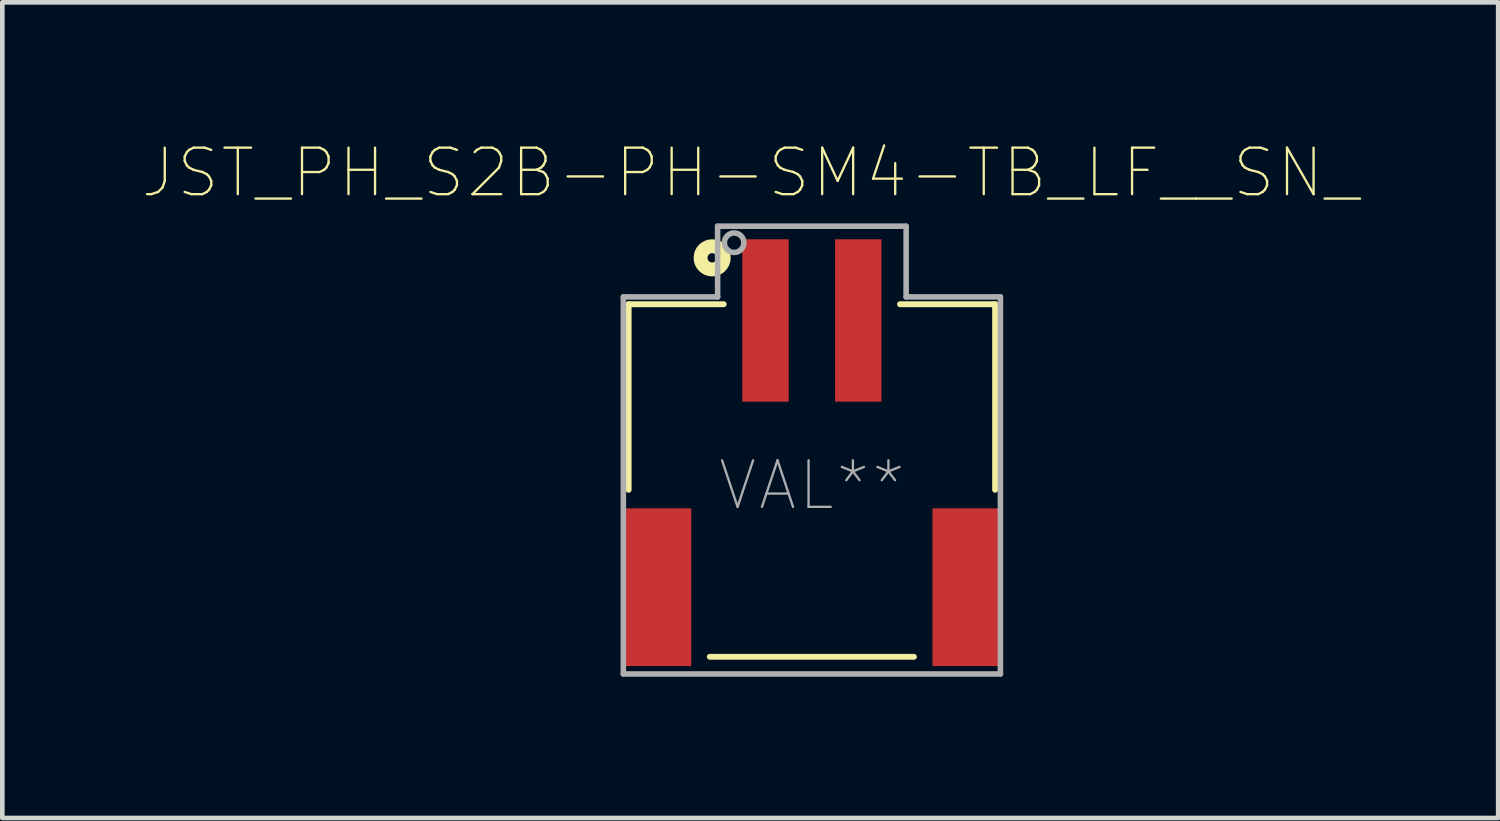
<source format=kicad_pcb>
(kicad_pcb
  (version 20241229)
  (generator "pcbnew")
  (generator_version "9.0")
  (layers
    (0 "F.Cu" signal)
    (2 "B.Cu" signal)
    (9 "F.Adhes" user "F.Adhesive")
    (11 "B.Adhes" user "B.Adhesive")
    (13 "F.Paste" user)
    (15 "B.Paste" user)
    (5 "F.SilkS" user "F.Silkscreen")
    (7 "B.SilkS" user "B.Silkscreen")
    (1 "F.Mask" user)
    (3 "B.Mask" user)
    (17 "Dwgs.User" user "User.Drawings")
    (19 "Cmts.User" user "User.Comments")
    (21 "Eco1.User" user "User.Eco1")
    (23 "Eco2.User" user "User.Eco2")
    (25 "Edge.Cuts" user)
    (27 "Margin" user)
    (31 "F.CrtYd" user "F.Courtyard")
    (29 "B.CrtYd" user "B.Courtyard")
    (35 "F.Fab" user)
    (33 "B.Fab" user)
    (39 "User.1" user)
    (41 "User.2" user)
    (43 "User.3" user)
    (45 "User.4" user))
  (footprint "JST_PH_S2B-PH-SM4-TB_LF__SN_"
    (layer "F.Cu")
    (at 14.451 3.858)
    (property "Reference" "JST_PH_S2B-PH-SM4-TB_LF__SN_" (at -1.329 -3.184 0) (layer "F.SilkS") (effects (font (size 1.002 1.002) (thickness 0.05))))
    (attr smd)
    (fp_line (start -3.95 -0.35) (end -3.95 3.65) (stroke (width 0.127) (type solid)) (layer "F.SilkS"))
    (fp_line (start -2.2 7.25) (end 2.2 7.25) (stroke (width 0.127) (type solid)) (layer "F.SilkS"))
    (fp_line (start -1.9 -0.35) (end -3.95 -0.35) (stroke (width 0.127) (type solid)) (layer "F.SilkS"))
    (fp_line (start 3.95 -0.35) (end 1.9 -0.35) (stroke (width 0.127) (type solid)) (layer "F.SilkS"))
    (fp_line (start 3.95 3.65) (end 3.95 -0.35) (stroke (width 0.127) (type solid)) (layer "F.SilkS"))
    (fp_circle (center -2.15 -1.35) (end -2.05 -1.35) (stroke (width 0.3) (type solid)) (fill no) (layer "F.SilkS"))
    (fp_line (start -4.35 -0.6) (end -1.75 -0.6) (stroke (width 0.05) (type solid)) (layer "Eco1.User"))
    (fp_line (start -4.35 7.7) (end -4.35 -0.6) (stroke (width 0.05) (type solid)) (layer "Eco1.User"))
    (fp_line (start -1.75 -2) (end 1.75 -2) (stroke (width 0.05) (type solid)) (layer "Eco1.User"))
    (fp_line (start -1.75 -0.6) (end -1.75 -2) (stroke (width 0.05) (type solid)) (layer "Eco1.User"))
    (fp_line (start 1.75 -2) (end 1.75 -0.6) (stroke (width 0.05) (type solid)) (layer "Eco1.User"))
    (fp_line (start 1.75 -0.6) (end 4.35 -0.6) (stroke (width 0.05) (type solid)) (layer "Eco1.User"))
    (fp_line (start 4.35 -0.6) (end 4.35 7.7) (stroke (width 0.05) (type solid)) (layer "Eco1.User"))
    (fp_line (start 4.35 7.7) (end -4.35 7.7) (stroke (width 0.05) (type solid)) (layer "Eco1.User"))
    (fp_line (start -3.95 -0.35) (end 3.95 -0.35) (stroke (width 0.127) (type solid)) (layer "Eco2.User"))
    (fp_line (start -3.95 7.25) (end -3.95 -0.35) (stroke (width 0.127) (type solid)) (layer "Eco2.User"))
    (fp_line (start 3.95 -0.35) (end 3.95 7.25) (stroke (width 0.127) (type solid)) (layer "Eco2.User"))
    (fp_line (start 3.95 7.25) (end -3.95 7.25) (stroke (width 0.127) (type solid)) (layer "Eco2.User"))
    (fp_circle (center -2.15 -1.35) (end -2.05 -1.35) (stroke (width 0.3) (type solid)) (fill no) (layer "Eco2.User"))
    (fp_line (start -4.064 -0.508) (end -2.032 -0.508) (stroke (width 0.12) (type solid)) (layer "F.Fab"))
    (fp_line (start -4.064 7.62) (end -4.064 -0.508) (stroke (width 0.12) (type solid)) (layer "F.Fab"))
    (fp_line (start -2.032 -2.032) (end -2.032 -0.508) (stroke (width 0.12) (type solid)) (layer "F.Fab"))
    (fp_line (start -2.032 -2.032) (end 2.032 -2.032) (stroke (width 0.12) (type solid)) (layer "F.Fab"))
    (fp_line (start 2.032 -2.032) (end 2.032 -0.508) (stroke (width 0.12) (type solid)) (layer "F.Fab"))
    (fp_line (start 2.032 -0.508) (end 4.064 -0.508) (stroke (width 0.12) (type solid)) (layer "F.Fab"))
    (fp_line (start 4.064 -0.508) (end 4.064 7.62) (stroke (width 0.12) (type solid)) (layer "F.Fab"))
    (fp_line (start 4.064 7.62) (end -4.064 7.62) (stroke (width 0.12) (type solid)) (layer "F.Fab"))
    (fp_circle (center -1.676 -1.676) (end -1.727 -1.88) (stroke (width 0.12) (type solid)) (fill no) (layer "F.Fab"))
    (fp_text user "VAL**" (at 0 3.556 0) (layer "F.Fab") (effects (font (size 1.004 1.004) (thickness 0.05))))
    (pad "1" smd rect (at -1 0 180) (size 1 3.5) (layers "F.Cu" "F.Mask" "F.Paste"))
    (pad "2" smd rect (at 1 0 180) (size 1 3.5) (layers "F.Cu" "F.Mask" "F.Paste"))
    (pad "S1" smd rect (at -3.35 5.75 180) (size 1.5 3.4) (layers "F.Cu" "F.Mask" "F.Paste"))
    (pad "S1" smd rect (at 3.35 5.75 180) (size 1.5 3.4) (layers "F.Cu" "F.Mask" "F.Paste")))
  (gr_rect
    (start -3 -3)
    (end 29.245 14.583)
    (stroke (width 0.1) (type default))
    (fill no)
    (layer "Edge.Cuts")))
</source>
